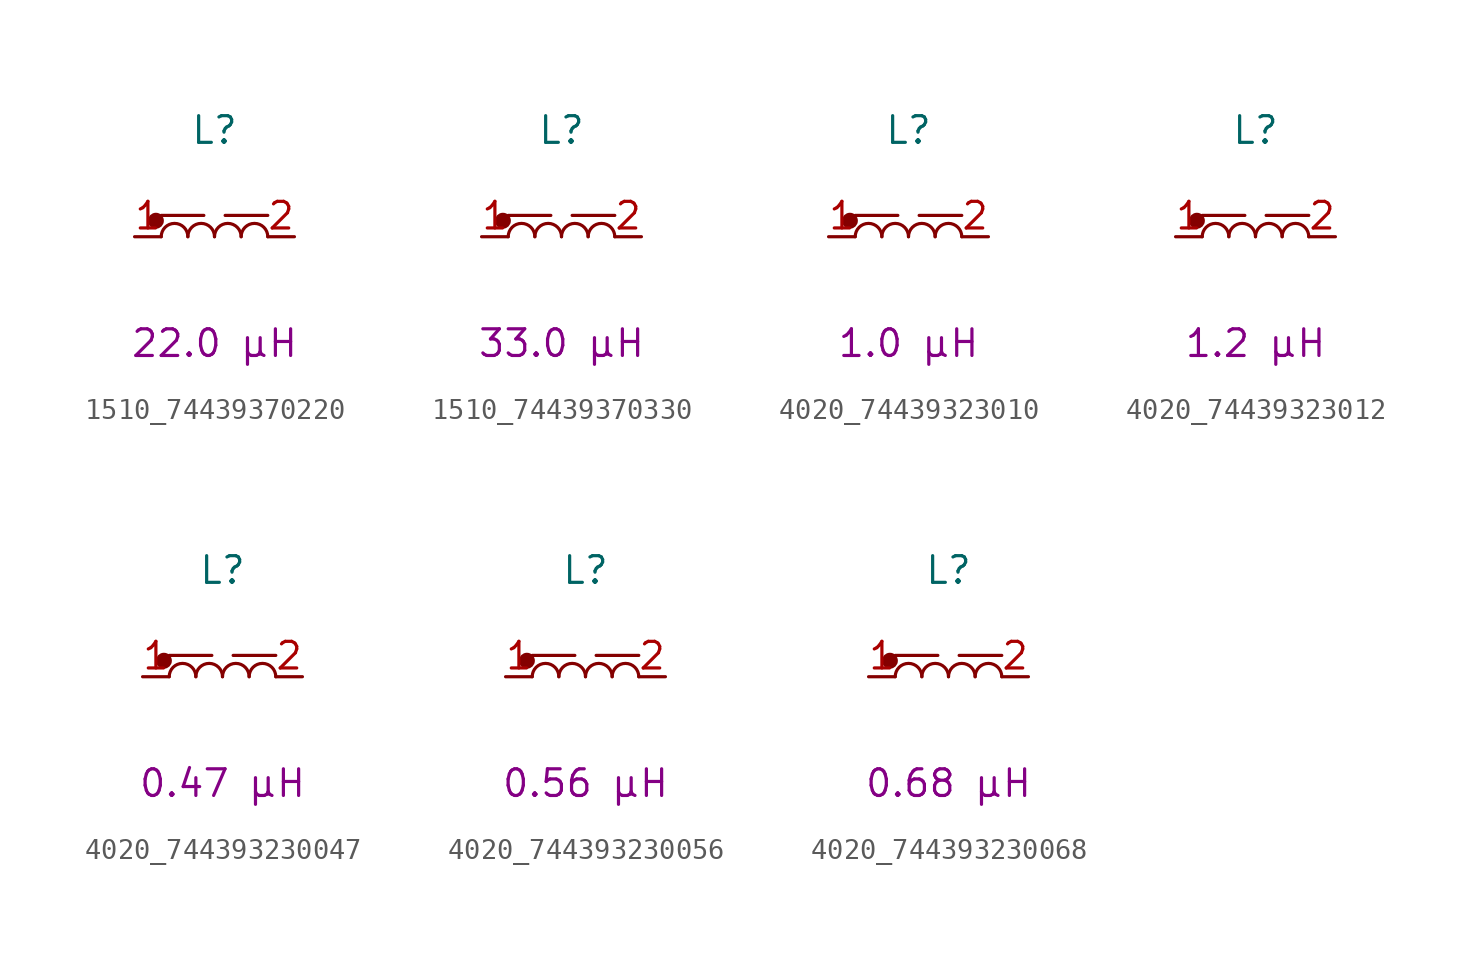
<source format=kicad_sym>
(kicad_symbol_lib
  (version 20220914)
  (generator kicad_symbol_editor)
  (symbol "1510_74439370220"
    (pin_names hide)
    (property "Reference" "L"
      (at 0 5.08 0)
      (effects (font (size 1.27 1.27))))
    (property "Critical Parameter" "22.0 µH"
      (at 0 -5.08 0)
      (effects (font (size 1.27 1.27))))
    (symbol "1510_74439370220_0_1"
      (arc (start -1.27 0) (mid -1.905 0.6323) (end -2.54 0) (stroke (width 0) (type default)) (fill (type none)))
      (arc (start 0 0) (mid -0.635 0.6323) (end -1.27 0) (stroke (width 0) (type default)) (fill (type none)))
      (polyline (pts (xy -2.54 1.016) (xy -0.508 1.016)) (stroke (width 0) (type default)) (fill (type none)))
      (arc (start 1.27 0) (mid 0.635 0.6323) (end 0 0) (stroke (width 0) (type default)) (fill (type none)))
      (arc (start 2.54 0) (mid 1.905 0.6323) (end 1.27 0) (stroke (width 0) (type default)) (fill (type none))))
    (symbol "1510_74439370220_1_1"
      (circle (center -2.794 0.762) (radius 0.0001) (stroke (width 0.381) (type default)) (fill (type none)))
      (polyline (pts (xy 2.54 1.016) (xy 0.508 1.016)) (stroke (width 0) (type default)) (fill (type none)))
      (pin passive line (at -3.81 0 0) (length 1.27) (name "1" (effects (font (size 1.27 1.27)))) (number "1" (effects (font (size 1.27 1.27)))))
      (pin passive line (at 3.81 0 180) (length 1.27) (name "2" (effects (font (size 1.27 1.27)))) (number "2" (effects (font (size 1.27 1.27)))))))
  (symbol "1510_74439370330"
    (pin_names hide)
    (property "Reference" "L"
      (at 0 5.08 0)
      (effects (font (size 1.27 1.27))))
    (property "Critical Parameter" "33.0 µH"
      (at 0 -5.08 0)
      (effects (font (size 1.27 1.27))))
    (symbol "1510_74439370330_0_1"
      (arc (start -1.27 0) (mid -1.905 0.6323) (end -2.54 0) (stroke (width 0) (type default)) (fill (type none)))
      (arc (start 0 0) (mid -0.635 0.6323) (end -1.27 0) (stroke (width 0) (type default)) (fill (type none)))
      (polyline (pts (xy -2.54 1.016) (xy -0.508 1.016)) (stroke (width 0) (type default)) (fill (type none)))
      (arc (start 1.27 0) (mid 0.635 0.6323) (end 0 0) (stroke (width 0) (type default)) (fill (type none)))
      (arc (start 2.54 0) (mid 1.905 0.6323) (end 1.27 0) (stroke (width 0) (type default)) (fill (type none))))
    (symbol "1510_74439370330_1_1"
      (circle (center -2.794 0.762) (radius 0.0001) (stroke (width 0.381) (type default)) (fill (type none)))
      (polyline (pts (xy 2.54 1.016) (xy 0.508 1.016)) (stroke (width 0) (type default)) (fill (type none)))
      (pin passive line (at -3.81 0 0) (length 1.27) (name "1" (effects (font (size 1.27 1.27)))) (number "1" (effects (font (size 1.27 1.27)))))
      (pin passive line (at 3.81 0 180) (length 1.27) (name "2" (effects (font (size 1.27 1.27)))) (number "2" (effects (font (size 1.27 1.27)))))))
  (symbol "4020_74439323010"
    (pin_names hide)
    (property "Reference" "L"
      (at 0 5.08 0)
      (effects (font (size 1.27 1.27))))
    (property "Critical Parameter" "1.0 µH"
      (at 0 -5.08 0)
      (effects (font (size 1.27 1.27))))
    (symbol "4020_74439323010_0_1"
      (arc (start -1.27 0) (mid -1.905 0.6323) (end -2.54 0) (stroke (width 0) (type default)) (fill (type none)))
      (arc (start 0 0) (mid -0.635 0.6323) (end -1.27 0) (stroke (width 0) (type default)) (fill (type none)))
      (polyline (pts (xy -2.54 1.016) (xy -0.508 1.016)) (stroke (width 0) (type default)) (fill (type none)))
      (arc (start 1.27 0) (mid 0.635 0.6323) (end 0 0) (stroke (width 0) (type default)) (fill (type none)))
      (arc (start 2.54 0) (mid 1.905 0.6323) (end 1.27 0) (stroke (width 0) (type default)) (fill (type none))))
    (symbol "4020_74439323010_1_1"
      (circle (center -2.794 0.762) (radius 0.0001) (stroke (width 0.381) (type default)) (fill (type none)))
      (polyline (pts (xy 2.54 1.016) (xy 0.508 1.016)) (stroke (width 0) (type default)) (fill (type none)))
      (pin passive line (at -3.81 0 0) (length 1.27) (name "1" (effects (font (size 1.27 1.27)))) (number "1" (effects (font (size 1.27 1.27)))))
      (pin passive line (at 3.81 0 180) (length 1.27) (name "2" (effects (font (size 1.27 1.27)))) (number "2" (effects (font (size 1.27 1.27)))))))
  (symbol "4020_74439323012"
    (pin_names hide)
    (property "Reference" "L"
      (at 0 5.08 0)
      (effects (font (size 1.27 1.27))))
    (property "Critical Parameter" "1.2 µH"
      (at 0 -5.08 0)
      (effects (font (size 1.27 1.27))))
    (symbol "4020_74439323012_0_1"
      (arc (start -1.27 0) (mid -1.905 0.6323) (end -2.54 0) (stroke (width 0) (type default)) (fill (type none)))
      (arc (start 0 0) (mid -0.635 0.6323) (end -1.27 0) (stroke (width 0) (type default)) (fill (type none)))
      (polyline (pts (xy -2.54 1.016) (xy -0.508 1.016)) (stroke (width 0) (type default)) (fill (type none)))
      (arc (start 1.27 0) (mid 0.635 0.6323) (end 0 0) (stroke (width 0) (type default)) (fill (type none)))
      (arc (start 2.54 0) (mid 1.905 0.6323) (end 1.27 0) (stroke (width 0) (type default)) (fill (type none))))
    (symbol "4020_74439323012_1_1"
      (circle (center -2.794 0.762) (radius 0.0001) (stroke (width 0.381) (type default)) (fill (type none)))
      (polyline (pts (xy 2.54 1.016) (xy 0.508 1.016)) (stroke (width 0) (type default)) (fill (type none)))
      (pin passive line (at -3.81 0 0) (length 1.27) (name "1" (effects (font (size 1.27 1.27)))) (number "1" (effects (font (size 1.27 1.27)))))
      (pin passive line (at 3.81 0 180) (length 1.27) (name "2" (effects (font (size 1.27 1.27)))) (number "2" (effects (font (size 1.27 1.27)))))))
  (symbol "4020_744393230047"
    (pin_names hide)
    (property "Reference" "L"
      (at 0 5.08 0)
      (effects (font (size 1.27 1.27))))
    (property "Critical Parameter" "0.47 µH"
      (at 0 -5.08 0)
      (effects (font (size 1.27 1.27))))
    (symbol "4020_744393230047_0_1"
      (arc (start -1.27 0) (mid -1.905 0.6323) (end -2.54 0) (stroke (width 0) (type default)) (fill (type none)))
      (arc (start 0 0) (mid -0.635 0.6323) (end -1.27 0) (stroke (width 0) (type default)) (fill (type none)))
      (polyline (pts (xy -2.54 1.016) (xy -0.508 1.016)) (stroke (width 0) (type default)) (fill (type none)))
      (arc (start 1.27 0) (mid 0.635 0.6323) (end 0 0) (stroke (width 0) (type default)) (fill (type none)))
      (arc (start 2.54 0) (mid 1.905 0.6323) (end 1.27 0) (stroke (width 0) (type default)) (fill (type none))))
    (symbol "4020_744393230047_1_1"
      (circle (center -2.794 0.762) (radius 0.0001) (stroke (width 0.381) (type default)) (fill (type none)))
      (polyline (pts (xy 2.54 1.016) (xy 0.508 1.016)) (stroke (width 0) (type default)) (fill (type none)))
      (pin passive line (at -3.81 0 0) (length 1.27) (name "1" (effects (font (size 1.27 1.27)))) (number "1" (effects (font (size 1.27 1.27)))))
      (pin passive line (at 3.81 0 180) (length 1.27) (name "2" (effects (font (size 1.27 1.27)))) (number "2" (effects (font (size 1.27 1.27)))))))
  (symbol "4020_744393230056"
    (pin_names hide)
    (property "Reference" "L"
      (at 0 5.08 0)
      (effects (font (size 1.27 1.27))))
    (property "Critical Parameter" "0.56 µH"
      (at 0 -5.08 0)
      (effects (font (size 1.27 1.27))))
    (symbol "4020_744393230056_0_1"
      (arc (start -1.27 0) (mid -1.905 0.6323) (end -2.54 0) (stroke (width 0) (type default)) (fill (type none)))
      (arc (start 0 0) (mid -0.635 0.6323) (end -1.27 0) (stroke (width 0) (type default)) (fill (type none)))
      (polyline (pts (xy -2.54 1.016) (xy -0.508 1.016)) (stroke (width 0) (type default)) (fill (type none)))
      (arc (start 1.27 0) (mid 0.635 0.6323) (end 0 0) (stroke (width 0) (type default)) (fill (type none)))
      (arc (start 2.54 0) (mid 1.905 0.6323) (end 1.27 0) (stroke (width 0) (type default)) (fill (type none))))
    (symbol "4020_744393230056_1_1"
      (circle (center -2.794 0.762) (radius 0.0001) (stroke (width 0.381) (type default)) (fill (type none)))
      (polyline (pts (xy 2.54 1.016) (xy 0.508 1.016)) (stroke (width 0) (type default)) (fill (type none)))
      (pin passive line (at -3.81 0 0) (length 1.27) (name "1" (effects (font (size 1.27 1.27)))) (number "1" (effects (font (size 1.27 1.27)))))
      (pin passive line (at 3.81 0 180) (length 1.27) (name "2" (effects (font (size 1.27 1.27)))) (number "2" (effects (font (size 1.27 1.27)))))))
  (symbol "4020_744393230068"
    (pin_names hide)
    (property "Reference" "L"
      (at 0 5.08 0)
      (effects (font (size 1.27 1.27))))
    (property "Critical Parameter" "0.68 µH"
      (at 0 -5.08 0)
      (effects (font (size 1.27 1.27))))
    (symbol "4020_744393230068_0_1"
      (arc (start -1.27 0) (mid -1.905 0.6323) (end -2.54 0) (stroke (width 0) (type default)) (fill (type none)))
      (arc (start 0 0) (mid -0.635 0.6323) (end -1.27 0) (stroke (width 0) (type default)) (fill (type none)))
      (polyline (pts (xy -2.54 1.016) (xy -0.508 1.016)) (stroke (width 0) (type default)) (fill (type none)))
      (arc (start 1.27 0) (mid 0.635 0.6323) (end 0 0) (stroke (width 0) (type default)) (fill (type none)))
      (arc (start 2.54 0) (mid 1.905 0.6323) (end 1.27 0) (stroke (width 0) (type default)) (fill (type none))))
    (symbol "4020_744393230068_1_1"
      (circle (center -2.794 0.762) (radius 0.0001) (stroke (width 0.381) (type default)) (fill (type none)))
      (polyline (pts (xy 2.54 1.016) (xy 0.508 1.016)) (stroke (width 0) (type default)) (fill (type none)))
      (pin passive line (at -3.81 0 0) (length 1.27) (name "1" (effects (font (size 1.27 1.27)))) (number "1" (effects (font (size 1.27 1.27)))))
      (pin passive line (at 3.81 0 180) (length 1.27) (name "2" (effects (font (size 1.27 1.27)))) (number "2" (effects (font (size 1.27 1.27))))))))
</source>
